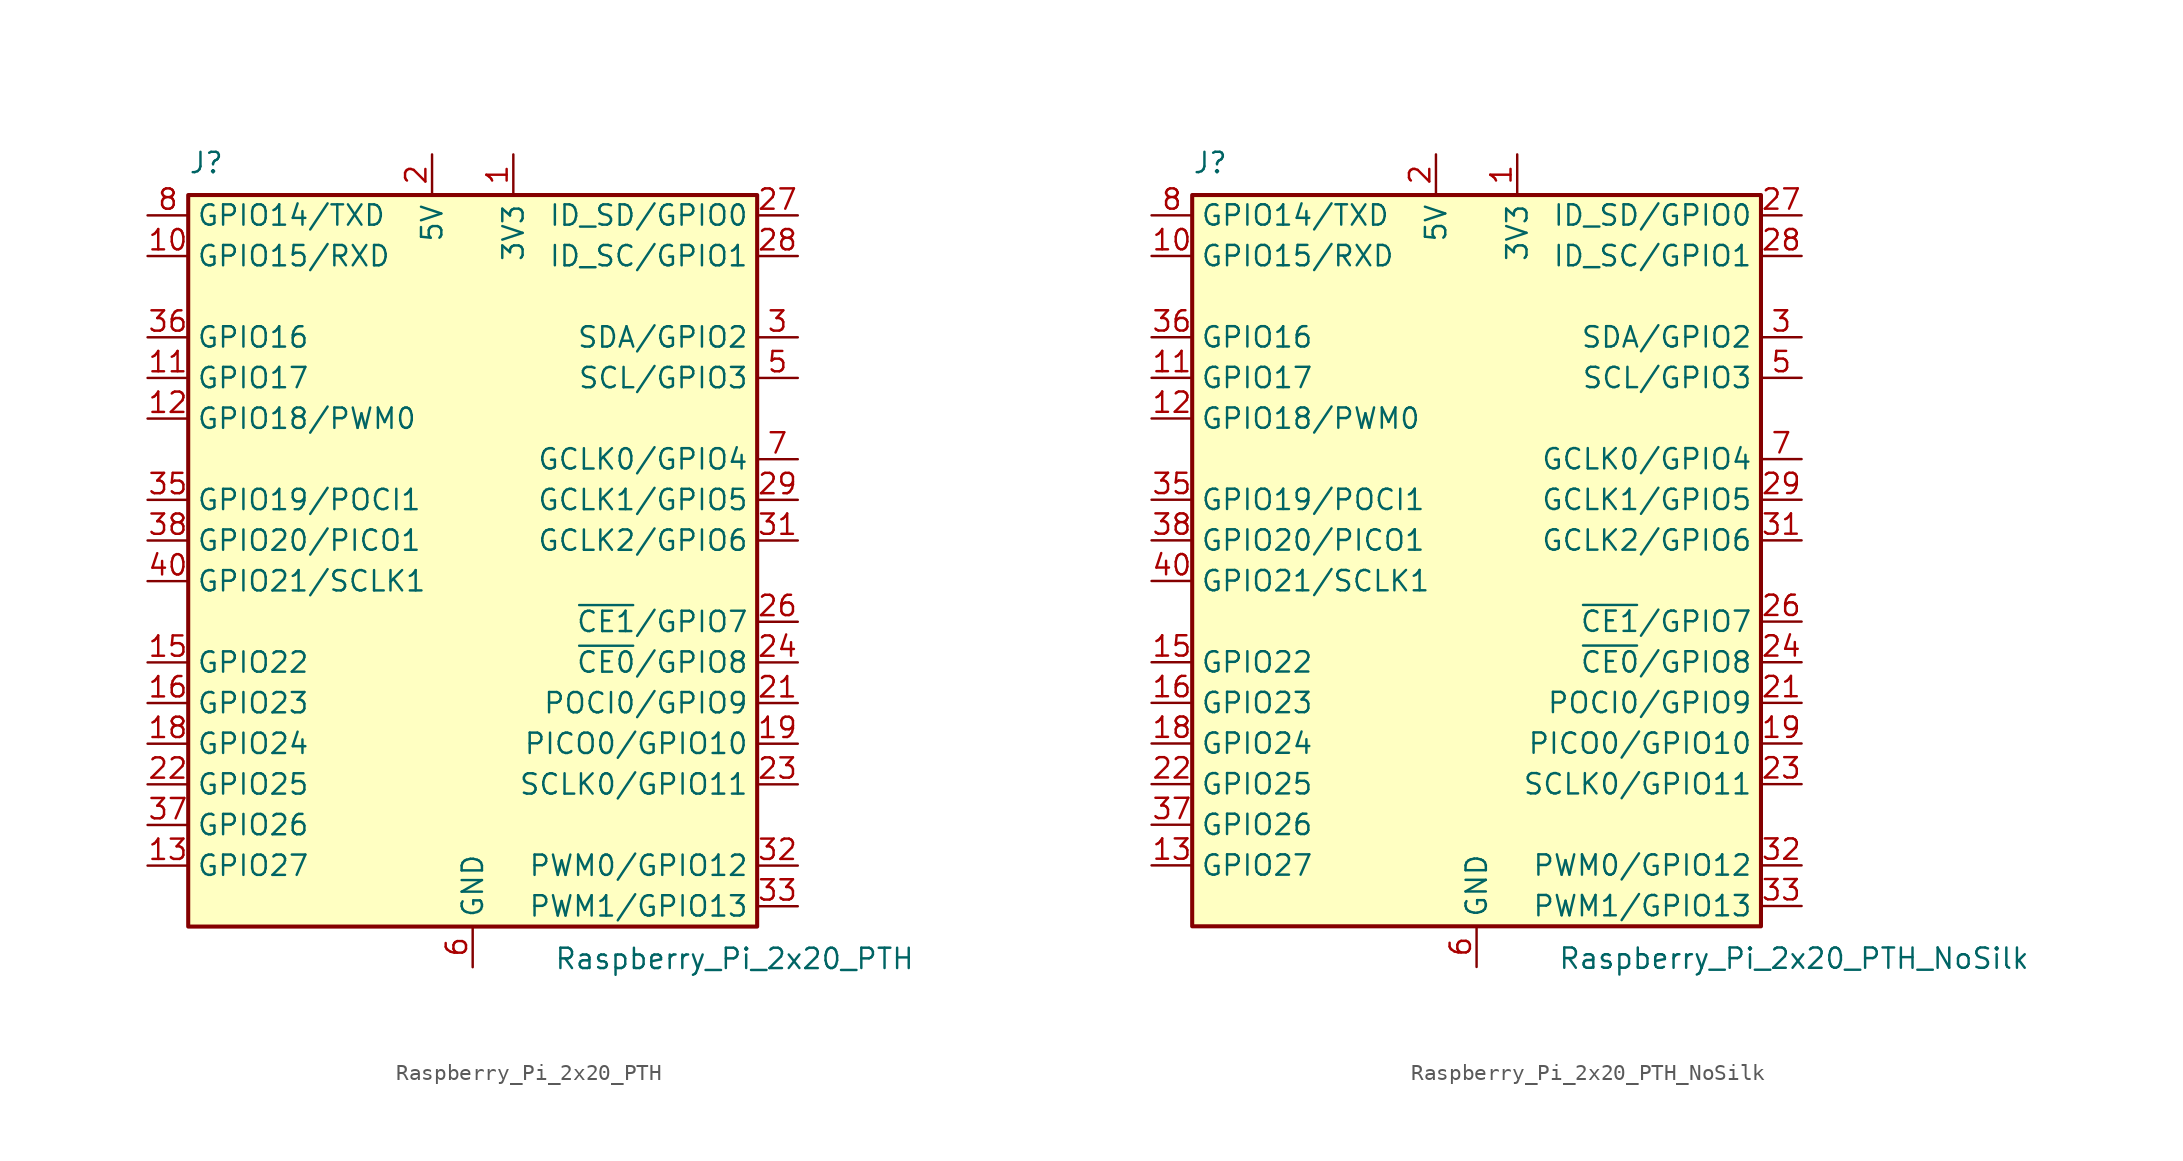
<source format=kicad_sym>
(kicad_symbol_lib
  (version 20231120)
  (generator "kicad_symbol_editor")
  (generator_version "8.0")
  (symbol "Raspberry_Pi_2x20_PTH"
    (property "Reference" "J"
      (at -17.78 25.4 0)
      (effects (font (size 1.27 1.27)) (justify left bottom)))
    (property "Value" "Raspberry_Pi_2x20_PTH"
      (at 5.08 -22.86 0)
      (effects (font (size 1.27 1.27)) (justify left top)))
    (symbol "Raspberry_Pi_2x20_PTH_0_1"
      (rectangle (start -17.78 24.13) (end 17.78 -21.59) (stroke (width 0.254) (type default)) (fill (type background))))
    (symbol "Raspberry_Pi_2x20_PTH_1_1"
      (pin power_in line (at 2.54 26.67 270) (length 2.54) (name "3V3" (effects (font (size 1.27 1.27)))) (number "1" (effects (font (size 1.27 1.27)))))
      (pin bidirectional line (at -20.32 20.32 0) (length 2.54) (name "GPIO15/RXD" (effects (font (size 1.27 1.27)))) (number "10" (effects (font (size 1.27 1.27)))))
      (pin bidirectional line (at -20.32 12.7 0) (length 2.54) (name "GPIO17" (effects (font (size 1.27 1.27)))) (number "11" (effects (font (size 1.27 1.27)))))
      (pin bidirectional line (at -20.32 10.16 0) (length 2.54) (name "GPIO18/PWM0" (effects (font (size 1.27 1.27)))) (number "12" (effects (font (size 1.27 1.27)))))
      (pin bidirectional line (at -20.32 -17.78 0) (length 2.54) (name "GPIO27" (effects (font (size 1.27 1.27)))) (number "13" (effects (font (size 1.27 1.27)))))
      (pin passive line (at 0 -24.13 90) (length 2.54) hide (name "GND" (effects (font (size 1.27 1.27)))) (number "14" (effects (font (size 1.27 1.27)))))
      (pin bidirectional line (at -20.32 -5.08 0) (length 2.54) (name "GPIO22" (effects (font (size 1.27 1.27)))) (number "15" (effects (font (size 1.27 1.27)))))
      (pin bidirectional line (at -20.32 -7.62 0) (length 2.54) (name "GPIO23" (effects (font (size 1.27 1.27)))) (number "16" (effects (font (size 1.27 1.27)))))
      (pin passive line (at 2.54 26.67 270) (length 2.54) hide (name "3V3" (effects (font (size 1.27 1.27)))) (number "17" (effects (font (size 1.27 1.27)))))
      (pin bidirectional line (at -20.32 -10.16 0) (length 2.54) (name "GPIO24" (effects (font (size 1.27 1.27)))) (number "18" (effects (font (size 1.27 1.27)))))
      (pin bidirectional line (at 20.32 -10.16 180) (length 2.54) (name "PICO0/GPIO10" (effects (font (size 1.27 1.27)))) (number "19" (effects (font (size 1.27 1.27)))))
      (pin power_in line (at -2.54 26.67 270) (length 2.54) (name "5V" (effects (font (size 1.27 1.27)))) (number "2" (effects (font (size 1.27 1.27)))))
      (pin passive line (at 0 -24.13 90) (length 2.54) hide (name "GND" (effects (font (size 1.27 1.27)))) (number "20" (effects (font (size 1.27 1.27)))))
      (pin bidirectional line (at 20.32 -7.62 180) (length 2.54) (name "POCI0/GPIO9" (effects (font (size 1.27 1.27)))) (number "21" (effects (font (size 1.27 1.27)))))
      (pin bidirectional line (at -20.32 -12.7 0) (length 2.54) (name "GPIO25" (effects (font (size 1.27 1.27)))) (number "22" (effects (font (size 1.27 1.27)))))
      (pin bidirectional line (at 20.32 -12.7 180) (length 2.54) (name "SCLK0/GPIO11" (effects (font (size 1.27 1.27)))) (number "23" (effects (font (size 1.27 1.27)))))
      (pin bidirectional line (at 20.32 -5.08 180) (length 2.54) (name "~{CE0}/GPIO8" (effects (font (size 1.27 1.27)))) (number "24" (effects (font (size 1.27 1.27)))))
      (pin passive line (at 0 -24.13 90) (length 2.54) hide (name "GND" (effects (font (size 1.27 1.27)))) (number "25" (effects (font (size 1.27 1.27)))))
      (pin bidirectional line (at 20.32 -2.54 180) (length 2.54) (name "~{CE1}/GPIO7" (effects (font (size 1.27 1.27)))) (number "26" (effects (font (size 1.27 1.27)))))
      (pin bidirectional line (at 20.32 22.86 180) (length 2.54) (name "ID_SD/GPIO0" (effects (font (size 1.27 1.27)))) (number "27" (effects (font (size 1.27 1.27)))))
      (pin bidirectional line (at 20.32 20.32 180) (length 2.54) (name "ID_SC/GPIO1" (effects (font (size 1.27 1.27)))) (number "28" (effects (font (size 1.27 1.27)))))
      (pin bidirectional line (at 20.32 5.08 180) (length 2.54) (name "GCLK1/GPIO5" (effects (font (size 1.27 1.27)))) (number "29" (effects (font (size 1.27 1.27)))))
      (pin bidirectional line (at 20.32 15.24 180) (length 2.54) (name "SDA/GPIO2" (effects (font (size 1.27 1.27)))) (number "3" (effects (font (size 1.27 1.27)))))
      (pin passive line (at 0 -24.13 90) (length 2.54) hide (name "GND" (effects (font (size 1.27 1.27)))) (number "30" (effects (font (size 1.27 1.27)))))
      (pin bidirectional line (at 20.32 2.54 180) (length 2.54) (name "GCLK2/GPIO6" (effects (font (size 1.27 1.27)))) (number "31" (effects (font (size 1.27 1.27)))))
      (pin bidirectional line (at 20.32 -17.78 180) (length 2.54) (name "PWM0/GPIO12" (effects (font (size 1.27 1.27)))) (number "32" (effects (font (size 1.27 1.27)))))
      (pin bidirectional line (at 20.32 -20.32 180) (length 2.54) (name "PWM1/GPIO13" (effects (font (size 1.27 1.27)))) (number "33" (effects (font (size 1.27 1.27)))))
      (pin passive line (at 0 -24.13 90) (length 2.54) hide (name "GND" (effects (font (size 1.27 1.27)))) (number "34" (effects (font (size 1.27 1.27)))))
      (pin bidirectional line (at -20.32 5.08 0) (length 2.54) (name "GPIO19/POCI1" (effects (font (size 1.27 1.27)))) (number "35" (effects (font (size 1.27 1.27)))))
      (pin bidirectional line (at -20.32 15.24 0) (length 2.54) (name "GPIO16" (effects (font (size 1.27 1.27)))) (number "36" (effects (font (size 1.27 1.27)))))
      (pin bidirectional line (at -20.32 -15.24 0) (length 2.54) (name "GPIO26" (effects (font (size 1.27 1.27)))) (number "37" (effects (font (size 1.27 1.27)))))
      (pin bidirectional line (at -20.32 2.54 0) (length 2.54) (name "GPIO20/PICO1" (effects (font (size 1.27 1.27)))) (number "38" (effects (font (size 1.27 1.27)))))
      (pin passive line (at 0 -24.13 90) (length 2.54) hide (name "GND" (effects (font (size 1.27 1.27)))) (number "39" (effects (font (size 1.27 1.27)))))
      (pin passive line (at -2.54 26.67 270) (length 2.54) hide (name "5V" (effects (font (size 1.27 1.27)))) (number "4" (effects (font (size 1.27 1.27)))))
      (pin bidirectional line (at -20.32 0 0) (length 2.54) (name "GPIO21/SCLK1" (effects (font (size 1.27 1.27)))) (number "40" (effects (font (size 1.27 1.27)))))
      (pin bidirectional line (at 20.32 12.7 180) (length 2.54) (name "SCL/GPIO3" (effects (font (size 1.27 1.27)))) (number "5" (effects (font (size 1.27 1.27)))))
      (pin power_in line (at 0 -24.13 90) (length 2.54) (name "GND" (effects (font (size 1.27 1.27)))) (number "6" (effects (font (size 1.27 1.27)))))
      (pin bidirectional line (at 20.32 7.62 180) (length 2.54) (name "GCLK0/GPIO4" (effects (font (size 1.27 1.27)))) (number "7" (effects (font (size 1.27 1.27)))))
      (pin bidirectional line (at -20.32 22.86 0) (length 2.54) (name "GPIO14/TXD" (effects (font (size 1.27 1.27)))) (number "8" (effects (font (size 1.27 1.27)))))
      (pin passive line (at 0 -24.13 90) (length 2.54) hide (name "GND" (effects (font (size 1.27 1.27)))) (number "9" (effects (font (size 1.27 1.27)))))))
  (symbol "Raspberry_Pi_2x20_PTH_NoSilk"
    (property "Reference" "J"
      (at -17.78 25.4 0)
      (effects (font (size 1.27 1.27)) (justify left bottom)))
    (property "Value" "Raspberry_Pi_2x20_PTH_NoSilk"
      (at 5.08 -22.86 0)
      (effects (font (size 1.27 1.27)) (justify left top)))
    (symbol "Raspberry_Pi_2x20_PTH_NoSilk_0_1"
      (rectangle (start -17.78 24.13) (end 17.78 -21.59) (stroke (width 0.254) (type default)) (fill (type background))))
    (symbol "Raspberry_Pi_2x20_PTH_NoSilk_1_1"
      (pin power_in line (at 2.54 26.67 270) (length 2.54) (name "3V3" (effects (font (size 1.27 1.27)))) (number "1" (effects (font (size 1.27 1.27)))))
      (pin bidirectional line (at -20.32 20.32 0) (length 2.54) (name "GPIO15/RXD" (effects (font (size 1.27 1.27)))) (number "10" (effects (font (size 1.27 1.27)))))
      (pin bidirectional line (at -20.32 12.7 0) (length 2.54) (name "GPIO17" (effects (font (size 1.27 1.27)))) (number "11" (effects (font (size 1.27 1.27)))))
      (pin bidirectional line (at -20.32 10.16 0) (length 2.54) (name "GPIO18/PWM0" (effects (font (size 1.27 1.27)))) (number "12" (effects (font (size 1.27 1.27)))))
      (pin bidirectional line (at -20.32 -17.78 0) (length 2.54) (name "GPIO27" (effects (font (size 1.27 1.27)))) (number "13" (effects (font (size 1.27 1.27)))))
      (pin passive line (at 0 -24.13 90) (length 2.54) hide (name "GND" (effects (font (size 1.27 1.27)))) (number "14" (effects (font (size 1.27 1.27)))))
      (pin bidirectional line (at -20.32 -5.08 0) (length 2.54) (name "GPIO22" (effects (font (size 1.27 1.27)))) (number "15" (effects (font (size 1.27 1.27)))))
      (pin bidirectional line (at -20.32 -7.62 0) (length 2.54) (name "GPIO23" (effects (font (size 1.27 1.27)))) (number "16" (effects (font (size 1.27 1.27)))))
      (pin passive line (at 2.54 26.67 270) (length 2.54) hide (name "3V3" (effects (font (size 1.27 1.27)))) (number "17" (effects (font (size 1.27 1.27)))))
      (pin bidirectional line (at -20.32 -10.16 0) (length 2.54) (name "GPIO24" (effects (font (size 1.27 1.27)))) (number "18" (effects (font (size 1.27 1.27)))))
      (pin bidirectional line (at 20.32 -10.16 180) (length 2.54) (name "PICO0/GPIO10" (effects (font (size 1.27 1.27)))) (number "19" (effects (font (size 1.27 1.27)))))
      (pin power_in line (at -2.54 26.67 270) (length 2.54) (name "5V" (effects (font (size 1.27 1.27)))) (number "2" (effects (font (size 1.27 1.27)))))
      (pin passive line (at 0 -24.13 90) (length 2.54) hide (name "GND" (effects (font (size 1.27 1.27)))) (number "20" (effects (font (size 1.27 1.27)))))
      (pin bidirectional line (at 20.32 -7.62 180) (length 2.54) (name "POCI0/GPIO9" (effects (font (size 1.27 1.27)))) (number "21" (effects (font (size 1.27 1.27)))))
      (pin bidirectional line (at -20.32 -12.7 0) (length 2.54) (name "GPIO25" (effects (font (size 1.27 1.27)))) (number "22" (effects (font (size 1.27 1.27)))))
      (pin bidirectional line (at 20.32 -12.7 180) (length 2.54) (name "SCLK0/GPIO11" (effects (font (size 1.27 1.27)))) (number "23" (effects (font (size 1.27 1.27)))))
      (pin bidirectional line (at 20.32 -5.08 180) (length 2.54) (name "~{CE0}/GPIO8" (effects (font (size 1.27 1.27)))) (number "24" (effects (font (size 1.27 1.27)))))
      (pin passive line (at 0 -24.13 90) (length 2.54) hide (name "GND" (effects (font (size 1.27 1.27)))) (number "25" (effects (font (size 1.27 1.27)))))
      (pin bidirectional line (at 20.32 -2.54 180) (length 2.54) (name "~{CE1}/GPIO7" (effects (font (size 1.27 1.27)))) (number "26" (effects (font (size 1.27 1.27)))))
      (pin bidirectional line (at 20.32 22.86 180) (length 2.54) (name "ID_SD/GPIO0" (effects (font (size 1.27 1.27)))) (number "27" (effects (font (size 1.27 1.27)))))
      (pin bidirectional line (at 20.32 20.32 180) (length 2.54) (name "ID_SC/GPIO1" (effects (font (size 1.27 1.27)))) (number "28" (effects (font (size 1.27 1.27)))))
      (pin bidirectional line (at 20.32 5.08 180) (length 2.54) (name "GCLK1/GPIO5" (effects (font (size 1.27 1.27)))) (number "29" (effects (font (size 1.27 1.27)))))
      (pin bidirectional line (at 20.32 15.24 180) (length 2.54) (name "SDA/GPIO2" (effects (font (size 1.27 1.27)))) (number "3" (effects (font (size 1.27 1.27)))))
      (pin passive line (at 0 -24.13 90) (length 2.54) hide (name "GND" (effects (font (size 1.27 1.27)))) (number "30" (effects (font (size 1.27 1.27)))))
      (pin bidirectional line (at 20.32 2.54 180) (length 2.54) (name "GCLK2/GPIO6" (effects (font (size 1.27 1.27)))) (number "31" (effects (font (size 1.27 1.27)))))
      (pin bidirectional line (at 20.32 -17.78 180) (length 2.54) (name "PWM0/GPIO12" (effects (font (size 1.27 1.27)))) (number "32" (effects (font (size 1.27 1.27)))))
      (pin bidirectional line (at 20.32 -20.32 180) (length 2.54) (name "PWM1/GPIO13" (effects (font (size 1.27 1.27)))) (number "33" (effects (font (size 1.27 1.27)))))
      (pin passive line (at 0 -24.13 90) (length 2.54) hide (name "GND" (effects (font (size 1.27 1.27)))) (number "34" (effects (font (size 1.27 1.27)))))
      (pin bidirectional line (at -20.32 5.08 0) (length 2.54) (name "GPIO19/POCI1" (effects (font (size 1.27 1.27)))) (number "35" (effects (font (size 1.27 1.27)))))
      (pin bidirectional line (at -20.32 15.24 0) (length 2.54) (name "GPIO16" (effects (font (size 1.27 1.27)))) (number "36" (effects (font (size 1.27 1.27)))))
      (pin bidirectional line (at -20.32 -15.24 0) (length 2.54) (name "GPIO26" (effects (font (size 1.27 1.27)))) (number "37" (effects (font (size 1.27 1.27)))))
      (pin bidirectional line (at -20.32 2.54 0) (length 2.54) (name "GPIO20/PICO1" (effects (font (size 1.27 1.27)))) (number "38" (effects (font (size 1.27 1.27)))))
      (pin passive line (at 0 -24.13 90) (length 2.54) hide (name "GND" (effects (font (size 1.27 1.27)))) (number "39" (effects (font (size 1.27 1.27)))))
      (pin passive line (at -2.54 26.67 270) (length 2.54) hide (name "5V" (effects (font (size 1.27 1.27)))) (number "4" (effects (font (size 1.27 1.27)))))
      (pin bidirectional line (at -20.32 0 0) (length 2.54) (name "GPIO21/SCLK1" (effects (font (size 1.27 1.27)))) (number "40" (effects (font (size 1.27 1.27)))))
      (pin bidirectional line (at 20.32 12.7 180) (length 2.54) (name "SCL/GPIO3" (effects (font (size 1.27 1.27)))) (number "5" (effects (font (size 1.27 1.27)))))
      (pin power_in line (at 0 -24.13 90) (length 2.54) (name "GND" (effects (font (size 1.27 1.27)))) (number "6" (effects (font (size 1.27 1.27)))))
      (pin bidirectional line (at 20.32 7.62 180) (length 2.54) (name "GCLK0/GPIO4" (effects (font (size 1.27 1.27)))) (number "7" (effects (font (size 1.27 1.27)))))
      (pin bidirectional line (at -20.32 22.86 0) (length 2.54) (name "GPIO14/TXD" (effects (font (size 1.27 1.27)))) (number "8" (effects (font (size 1.27 1.27)))))
      (pin passive line (at 0 -24.13 90) (length 2.54) hide (name "GND" (effects (font (size 1.27 1.27)))) (number "9" (effects (font (size 1.27 1.27))))))))
</source>
